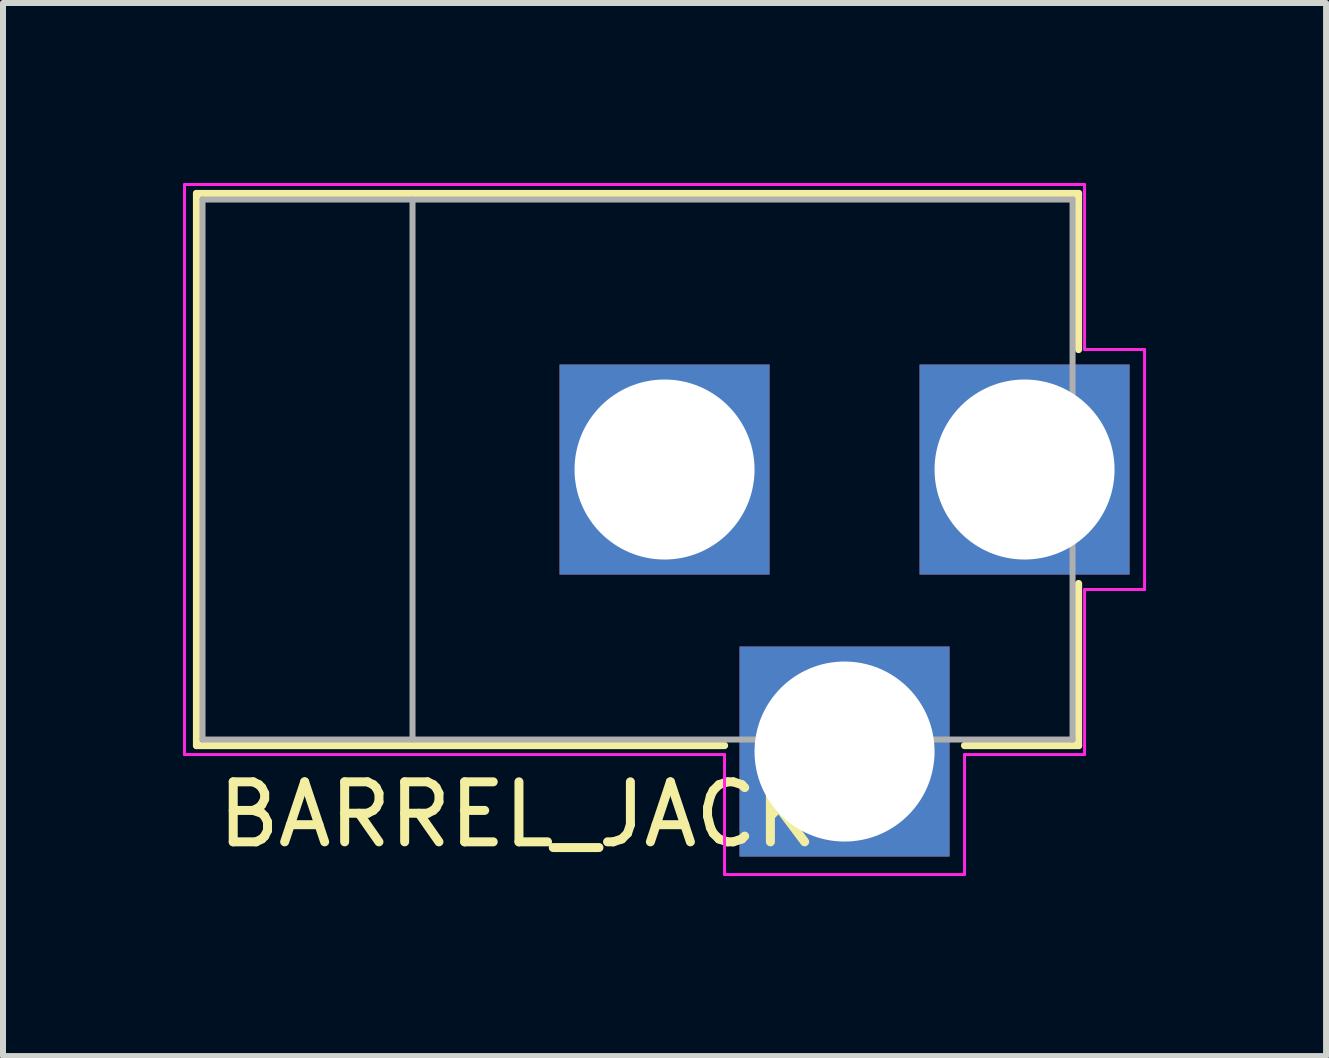
<source format=kicad_pcb>
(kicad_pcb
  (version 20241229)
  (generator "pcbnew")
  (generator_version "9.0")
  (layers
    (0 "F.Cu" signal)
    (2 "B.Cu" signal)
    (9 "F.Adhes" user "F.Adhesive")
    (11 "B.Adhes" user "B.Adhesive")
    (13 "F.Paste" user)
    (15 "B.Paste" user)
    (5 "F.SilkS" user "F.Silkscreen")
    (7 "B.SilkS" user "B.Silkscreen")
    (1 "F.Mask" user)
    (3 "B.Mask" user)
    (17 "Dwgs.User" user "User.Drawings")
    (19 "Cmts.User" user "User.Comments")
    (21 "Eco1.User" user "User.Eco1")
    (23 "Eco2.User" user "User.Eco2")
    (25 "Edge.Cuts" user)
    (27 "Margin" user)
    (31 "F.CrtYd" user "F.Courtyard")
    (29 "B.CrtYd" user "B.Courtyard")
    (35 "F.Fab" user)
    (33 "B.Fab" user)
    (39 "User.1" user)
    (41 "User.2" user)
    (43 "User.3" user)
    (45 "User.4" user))
  (footprint "BARREL_JACK"
    (layer "F.Cu")
    (at 14.025 4.775)
    (property "Reference" "BARREL_JACK" (at -8.45 5.75 180) (layer "F.SilkS") (effects (font (size 1 1) (thickness 0.15))))
    (attr through_hole)
    (fp_line (start -13.8 -4.6) (end 0.9 -4.6) (stroke (width 0.12) (type solid)) (layer "F.SilkS"))
    (fp_line (start -13.8 4.6) (end -13.8 -4.6) (stroke (width 0.12) (type solid)) (layer "F.SilkS"))
    (fp_line (start -5 4.6) (end -13.8 4.6) (stroke (width 0.12) (type solid)) (layer "F.SilkS"))
    (fp_line (start 0.9 -4.6) (end 0.9 -2) (stroke (width 0.12) (type solid)) (layer "F.SilkS"))
    (fp_line (start 0.9 1.9) (end 0.9 4.6) (stroke (width 0.12) (type solid)) (layer "F.SilkS"))
    (fp_line (start 0.9 4.6) (end -1 4.6) (stroke (width 0.12) (type solid)) (layer "F.SilkS"))
    (fp_line (start -14 4.75) (end -14 -4.75) (stroke (width 0.05) (type solid)) (layer "F.CrtYd"))
    (fp_line (start -5 4.75) (end -14 4.75) (stroke (width 0.05) (type solid)) (layer "F.CrtYd"))
    (fp_line (start -5 6.75) (end -5 4.75) (stroke (width 0.05) (type solid)) (layer "F.CrtYd"))
    (fp_line (start -1 4.75) (end -1 6.75) (stroke (width 0.05) (type solid)) (layer "F.CrtYd"))
    (fp_line (start -1 6.75) (end -5 6.75) (stroke (width 0.05) (type solid)) (layer "F.CrtYd"))
    (fp_line (start 1 -4.75) (end -14 -4.75) (stroke (width 0.05) (type solid)) (layer "F.CrtYd"))
    (fp_line (start 1 -4.5) (end 1 -4.75) (stroke (width 0.05) (type solid)) (layer "F.CrtYd"))
    (fp_line (start 1 -4.5) (end 1 -2) (stroke (width 0.05) (type solid)) (layer "F.CrtYd"))
    (fp_line (start 1 -2) (end 2 -2) (stroke (width 0.05) (type solid)) (layer "F.CrtYd"))
    (fp_line (start 1 2) (end 1 4.75) (stroke (width 0.05) (type solid)) (layer "F.CrtYd"))
    (fp_line (start 1 4.75) (end -1 4.75) (stroke (width 0.05) (type solid)) (layer "F.CrtYd"))
    (fp_line (start 2 -2) (end 2 2) (stroke (width 0.05) (type solid)) (layer "F.CrtYd"))
    (fp_line (start 2 2) (end 1 2) (stroke (width 0.05) (type solid)) (layer "F.CrtYd"))
    (fp_line (start -13.7 -4.5) (end -13.7 4.5) (stroke (width 0.1) (type solid)) (layer "F.Fab"))
    (fp_line (start -13.7 4.5) (end 0.8 4.5) (stroke (width 0.1) (type solid)) (layer "F.Fab"))
    (fp_line (start -10.2 -4.5) (end -10.2 4.5) (stroke (width 0.1) (type solid)) (layer "F.Fab"))
    (fp_line (start 0.8 -4.5) (end -13.7 -4.5) (stroke (width 0.1) (type solid)) (layer "F.Fab"))
    (fp_line (start 0.8 4.5) (end 0.8 -4.5) (stroke (width 0.1) (type solid)) (layer "F.Fab"))
    (pad "1" thru_hole rect (at 0 0) (size 3.5 3.5) (drill 3) (layers "*.Cu" "*.Mask"))
    (pad "2" thru_hole rect (at -6 0) (size 3.5 3.5) (drill 3) (layers "*.Cu" "*.Mask"))
    (pad "3" thru_hole rect (at -3 4.7) (size 3.5 3.5) (drill 3) (layers "*.Cu" "*.Mask")))
  (gr_rect
    (start -3 -3)
    (end 19.05 14.55)
    (stroke (width 0.1) (type default))
    (fill no)
    (layer "Edge.Cuts")))
</source>
